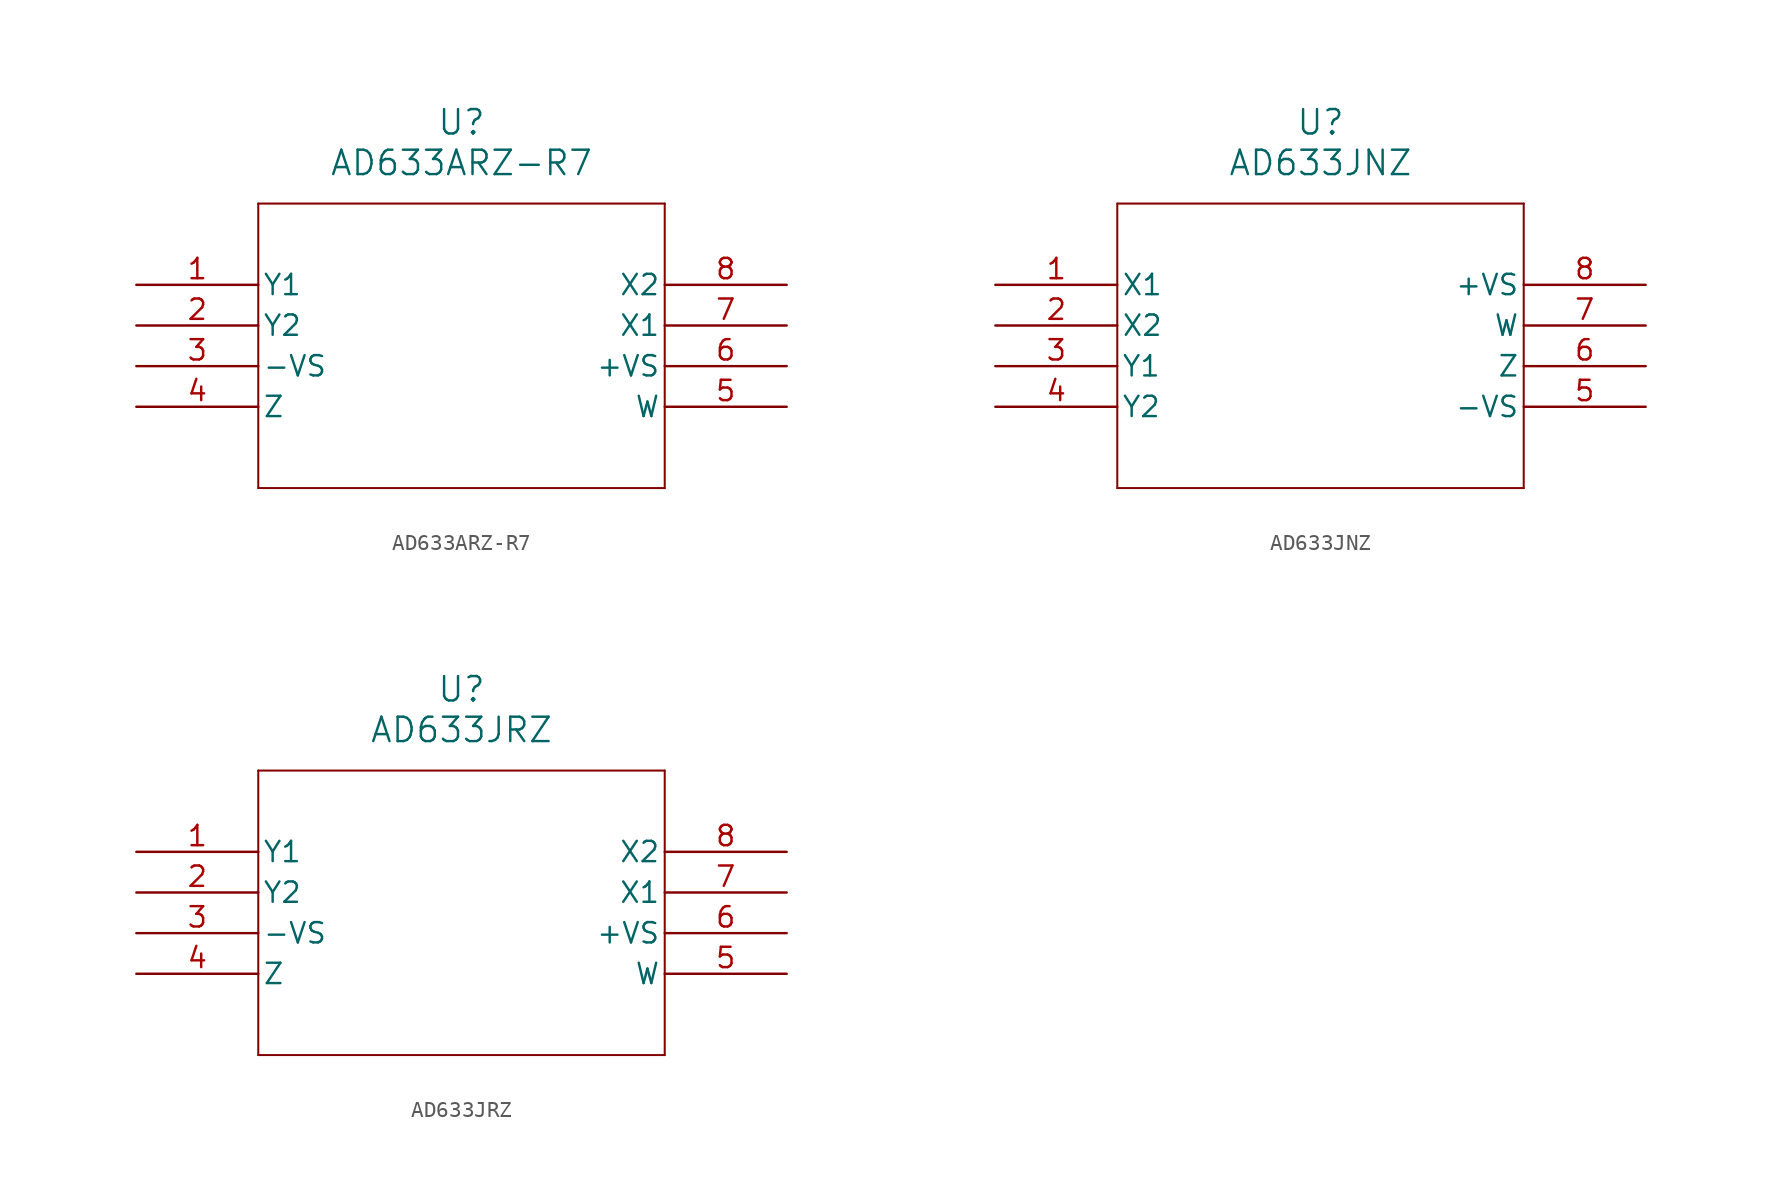
<source format=kicad_sym>
(kicad_symbol_lib
  (version 20241209)
  (generator "kicad_symbol_editor")
  (generator_version "9.0")
  (symbol "AD633ARZ-R7"
    (pin_names
      (offset 0.254))
    (property "Reference" "U"
      (at 20.32 10.16 0)
      (effects (font (size 1.524 1.524))))
    (property "Value" "AD633ARZ-R7"
      (at 20.32 7.62 0)
      (effects (font (size 1.524 1.524))))
    (property "ki_locked" ""
      (at 0 0 0)
      (effects (font (size 1.27 1.27))))
    (symbol "AD633ARZ-R7_0_1"
      (polyline (pts (xy 7.62 5.08) (xy 7.62 -12.7)) (stroke (width 0.127) (type default)) (fill (type none)))
      (polyline (pts (xy 7.62 -12.7) (xy 33.02 -12.7)) (stroke (width 0.127) (type default)) (fill (type none)))
      (polyline (pts (xy 33.02 5.08) (xy 7.62 5.08)) (stroke (width 0.127) (type default)) (fill (type none)))
      (polyline (pts (xy 33.02 -12.7) (xy 33.02 5.08)) (stroke (width 0.127) (type default)) (fill (type none)))
      (pin power_in line (at 0 -5.08 0) (length 7.62) (name "-VS" (effects (font (size 1.27 1.27)))) (number "3" (effects (font (size 1.27 1.27)))))
      (pin input line (at 0 -7.62 0) (length 7.62) (name "Z" (effects (font (size 1.27 1.27)))) (number "4" (effects (font (size 1.27 1.27)))))
      (pin input line (at 40.64 0 180) (length 7.62) (name "X2" (effects (font (size 1.27 1.27)))) (number "8" (effects (font (size 1.27 1.27)))))
      (pin input line (at 40.64 -2.54 180) (length 7.62) (name "X1" (effects (font (size 1.27 1.27)))) (number "7" (effects (font (size 1.27 1.27)))))
      (pin power_in line (at 40.64 -5.08 180) (length 7.62) (name "+VS" (effects (font (size 1.27 1.27)))) (number "6" (effects (font (size 1.27 1.27)))))
      (pin output line (at 40.64 -7.62 180) (length 7.62) (name "W" (effects (font (size 1.27 1.27)))) (number "5" (effects (font (size 1.27 1.27))))))
    (symbol "AD633ARZ-R7_1_1"
      (pin input line (at 0 0 0) (length 7.62) (name "Y1" (effects (font (size 1.27 1.27)))) (number "1" (effects (font (size 1.27 1.27)))))
      (pin input line (at 0 -2.54 0) (length 7.62) (name "Y2" (effects (font (size 1.27 1.27)))) (number "2" (effects (font (size 1.27 1.27)))))))
  (symbol "AD633JNZ"
    (pin_names
      (offset 0.254))
    (property "Reference" "U"
      (at 20.32 10.16 0)
      (effects (font (size 1.524 1.524))))
    (property "Value" "AD633JNZ"
      (at 20.32 7.62 0)
      (effects (font (size 1.524 1.524))))
    (property "ki_locked" ""
      (at 0 0 0)
      (effects (font (size 1.27 1.27))))
    (symbol "AD633JNZ_0_1"
      (polyline (pts (xy 7.62 5.08) (xy 7.62 -12.7)) (stroke (width 0.127) (type default)) (fill (type none)))
      (polyline (pts (xy 7.62 -12.7) (xy 33.02 -12.7)) (stroke (width 0.127) (type default)) (fill (type none)))
      (polyline (pts (xy 33.02 5.08) (xy 7.62 5.08)) (stroke (width 0.127) (type default)) (fill (type none)))
      (polyline (pts (xy 33.02 -12.7) (xy 33.02 5.08)) (stroke (width 0.127) (type default)) (fill (type none)))
      (pin unspecified line (at 0 0 0) (length 7.62) (name "X1" (effects (font (size 1.27 1.27)))) (number "1" (effects (font (size 1.27 1.27)))))
      (pin unspecified line (at 0 -2.54 0) (length 7.62) (name "X2" (effects (font (size 1.27 1.27)))) (number "2" (effects (font (size 1.27 1.27)))))
      (pin unspecified line (at 0 -5.08 0) (length 7.62) (name "Y1" (effects (font (size 1.27 1.27)))) (number "3" (effects (font (size 1.27 1.27)))))
      (pin unspecified line (at 0 -7.62 0) (length 7.62) (name "Y2" (effects (font (size 1.27 1.27)))) (number "4" (effects (font (size 1.27 1.27)))))
      (pin power_in line (at 40.64 0 180) (length 7.62) (name "+VS" (effects (font (size 1.27 1.27)))) (number "8" (effects (font (size 1.27 1.27)))))
      (pin unspecified line (at 40.64 -2.54 180) (length 7.62) (name "W" (effects (font (size 1.27 1.27)))) (number "7" (effects (font (size 1.27 1.27)))))
      (pin unspecified line (at 40.64 -5.08 180) (length 7.62) (name "Z" (effects (font (size 1.27 1.27)))) (number "6" (effects (font (size 1.27 1.27)))))
      (pin power_in line (at 40.64 -7.62 180) (length 7.62) (name "-VS" (effects (font (size 1.27 1.27)))) (number "5" (effects (font (size 1.27 1.27)))))))
  (symbol "AD633JRZ"
    (pin_names
      (offset 0.254))
    (property "Reference" "U"
      (at 20.32 10.16 0)
      (effects (font (size 1.524 1.524))))
    (property "Value" "AD633JRZ"
      (at 20.32 7.62 0)
      (effects (font (size 1.524 1.524))))
    (property "ki_locked" ""
      (at 0 0 0)
      (effects (font (size 1.27 1.27))))
    (symbol "AD633JRZ_0_1"
      (polyline (pts (xy 7.62 5.08) (xy 7.62 -12.7)) (stroke (width 0.127) (type default)) (fill (type none)))
      (polyline (pts (xy 7.62 -12.7) (xy 33.02 -12.7)) (stroke (width 0.127) (type default)) (fill (type none)))
      (polyline (pts (xy 33.02 5.08) (xy 7.62 5.08)) (stroke (width 0.127) (type default)) (fill (type none)))
      (polyline (pts (xy 33.02 -12.7) (xy 33.02 5.08)) (stroke (width 0.127) (type default)) (fill (type none)))
      (pin unspecified line (at 0 0 0) (length 7.62) (name "Y1" (effects (font (size 1.27 1.27)))) (number "1" (effects (font (size 1.27 1.27)))))
      (pin unspecified line (at 0 -2.54 0) (length 7.62) (name "Y2" (effects (font (size 1.27 1.27)))) (number "2" (effects (font (size 1.27 1.27)))))
      (pin power_in line (at 0 -5.08 0) (length 7.62) (name "-VS" (effects (font (size 1.27 1.27)))) (number "3" (effects (font (size 1.27 1.27)))))
      (pin unspecified line (at 0 -7.62 0) (length 7.62) (name "Z" (effects (font (size 1.27 1.27)))) (number "4" (effects (font (size 1.27 1.27)))))
      (pin unspecified line (at 40.64 0 180) (length 7.62) (name "X2" (effects (font (size 1.27 1.27)))) (number "8" (effects (font (size 1.27 1.27)))))
      (pin unspecified line (at 40.64 -2.54 180) (length 7.62) (name "X1" (effects (font (size 1.27 1.27)))) (number "7" (effects (font (size 1.27 1.27)))))
      (pin power_in line (at 40.64 -5.08 180) (length 7.62) (name "+VS" (effects (font (size 1.27 1.27)))) (number "6" (effects (font (size 1.27 1.27)))))
      (pin unspecified line (at 40.64 -7.62 180) (length 7.62) (name "W" (effects (font (size 1.27 1.27)))) (number "5" (effects (font (size 1.27 1.27))))))))
</source>
